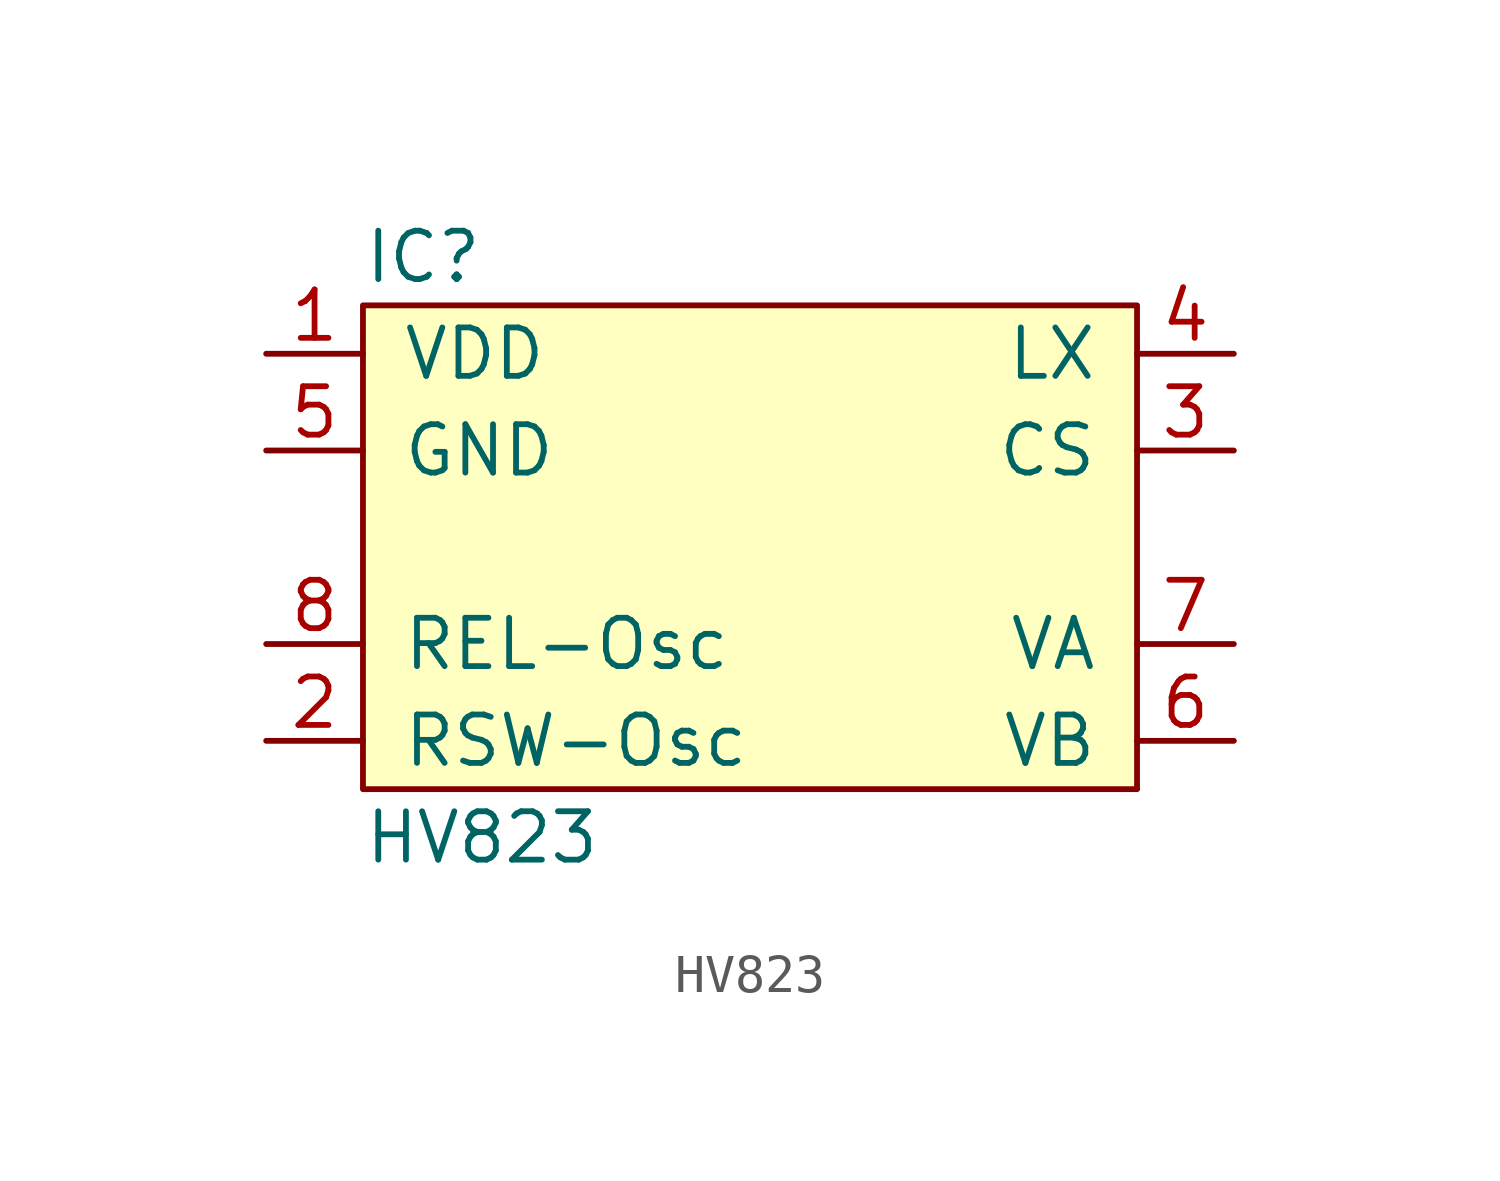
<source format=kicad_sym>
(kicad_symbol_lib
  (version 20211014)
  (generator agg_kicad.build_lib_ic)
  (symbol "HV823"
    (pin_names
      (offset 1.016))
    (property Reference IC
      (at -10.16 7.62 0)
      (effects (font (size 1.27 1.27)) (justify left)))
    (property Value "HV823"
      (at -10.16 -7.62 0)
      (effects (font (size 1.27 1.27)) (justify left)))
    (symbol "HV823_0_0"
      (rectangle (start -10.16 6.35) (end 10.16 -6.35) (stroke (width 0) (type default) (color 0 0 0 0)) (fill (type background)))
      (pin power_in line (at -12.7 5.08 0) (length 2.54) (name VDD (effects (font (size 1.27 1.27)))) (number "1" (effects (font (size 1.27 1.27)))))
      (pin power_in line (at -12.7 2.54 0) (length 2.54) (name GND (effects (font (size 1.27 1.27)))) (number "5" (effects (font (size 1.27 1.27)))))
      (pin output line (at -12.7 -2.54 0) (length 2.54) (name "REL-Osc" (effects (font (size 1.27 1.27)))) (number "8" (effects (font (size 1.27 1.27)))))
      (pin input line (at -12.7 -5.08 0) (length 2.54) (name "RSW-Osc" (effects (font (size 1.27 1.27)))) (number "2" (effects (font (size 1.27 1.27)))))
      (pin passive line (at 12.7 5.08 180) (length 2.54) (name LX (effects (font (size 1.27 1.27)))) (number "4" (effects (font (size 1.27 1.27)))))
      (pin passive line (at 12.7 2.54 180) (length 2.54) (name CS (effects (font (size 1.27 1.27)))) (number "3" (effects (font (size 1.27 1.27)))))
      (pin output line (at 12.7 -2.54 180) (length 2.54) (name VA (effects (font (size 1.27 1.27)))) (number "7" (effects (font (size 1.27 1.27)))))
      (pin output line (at 12.7 -5.08 180) (length 2.54) (name VB (effects (font (size 1.27 1.27)))) (number "6" (effects (font (size 1.27 1.27))))))))
</source>
